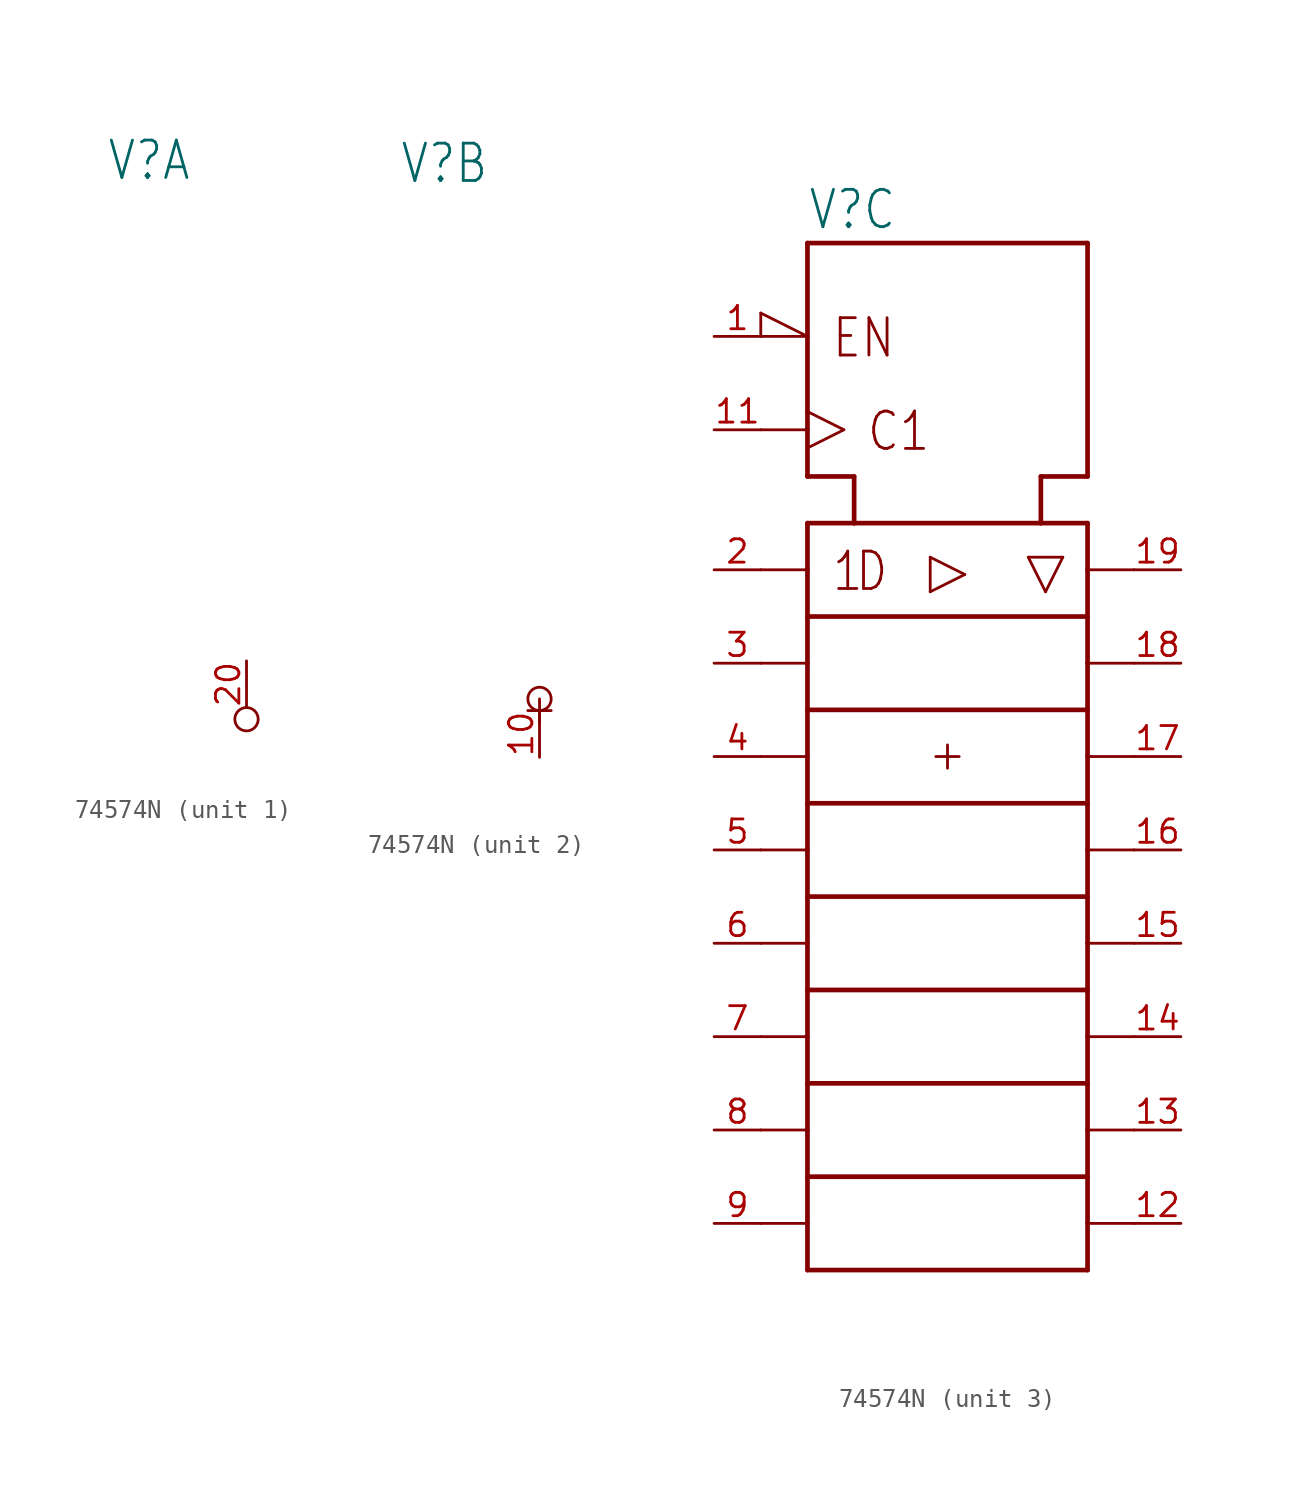
<source format=kicad_sym>
(kicad_symbol_lib
  (version 20231120)
  (generator "kicad_symbol_editor")
  (generator_version "8.0")
  (symbol "74574N"
    (property "Reference" "V"
      (at -7.62 28.575 0)
      (effects (font (size 2.032 1.727)) (justify left bottom)))
    (property "ki_locked" ""
      (at 0 0 0)
      (effects (font (size 1.27 1.27))))
    (symbol "74574N_1_0"
      (circle (center 0 -0.635) (radius 0.635) (stroke (width 0.152) (type solid)) (fill (type none)))
      (pin power_in line (at 0 2.54 270) (length 2.54) (name "+UB" (effects (font (size 0 0)))) (number "20" (effects (font (size 1.27 1.27))))))
    (symbol "74574N_2_0"
      (polyline (pts (xy 0 -0.635) (xy 0 0.635)) (stroke (width 0) (type solid)) (fill (type none)))
      (polyline (pts (xy 0.635 0) (xy -0.635 0)) (stroke (width 0) (type solid)) (fill (type none)))
      (circle (center 0 0.635) (radius 0.635) (stroke (width 0.152) (type solid)) (fill (type none)))
      (pin power_in line (at 0 -2.54 90) (length 2.54) (name "-UB" (effects (font (size 0 0)))) (number "10" (effects (font (size 1.27 1.27))))))
    (symbol "74574N_3_0"
      (polyline (pts (xy -10.16 -25.4) (xy -7.62 -25.4)) (stroke (width 0.152) (type solid)) (fill (type none)))
      (polyline (pts (xy -10.16 -20.32) (xy -7.62 -20.32)) (stroke (width 0.152) (type solid)) (fill (type none)))
      (polyline (pts (xy -10.16 -15.24) (xy -7.62 -15.24)) (stroke (width 0.152) (type solid)) (fill (type none)))
      (polyline (pts (xy -10.16 -10.16) (xy -7.62 -10.16)) (stroke (width 0.152) (type solid)) (fill (type none)))
      (polyline (pts (xy -10.16 -5.08) (xy -7.62 -5.08)) (stroke (width 0.152) (type solid)) (fill (type none)))
      (polyline (pts (xy -10.16 0) (xy -7.62 0)) (stroke (width 0.152) (type solid)) (fill (type none)))
      (polyline (pts (xy -10.16 5.08) (xy -7.62 5.08)) (stroke (width 0.152) (type solid)) (fill (type none)))
      (polyline (pts (xy -10.16 10.16) (xy -7.62 10.16)) (stroke (width 0.152) (type solid)) (fill (type none)))
      (polyline (pts (xy -10.16 17.78) (xy -7.62 17.78)) (stroke (width 0.152) (type solid)) (fill (type none)))
      (polyline (pts (xy -10.16 22.86) (xy -7.62 22.86)) (stroke (width 0.152) (type solid)) (fill (type none)))
      (polyline (pts (xy -10.16 24.13) (xy -10.16 22.86)) (stroke (width 0.152) (type solid)) (fill (type none)))
      (polyline (pts (xy -7.62 -27.94) (xy 7.62 -27.94)) (stroke (width 0.254) (type solid)) (fill (type none)))
      (polyline (pts (xy -7.62 -25.4) (xy -7.62 -27.94)) (stroke (width 0.254) (type solid)) (fill (type none)))
      (polyline (pts (xy -7.62 -22.86) (xy -7.62 -25.4)) (stroke (width 0.254) (type solid)) (fill (type none)))
      (polyline (pts (xy -7.62 -22.86) (xy 7.62 -22.86)) (stroke (width 0.254) (type solid)) (fill (type none)))
      (polyline (pts (xy -7.62 -20.32) (xy -7.62 -22.86)) (stroke (width 0.254) (type solid)) (fill (type none)))
      (polyline (pts (xy -7.62 -17.78) (xy -7.62 -20.32)) (stroke (width 0.254) (type solid)) (fill (type none)))
      (polyline (pts (xy -7.62 -17.78) (xy 7.62 -17.78)) (stroke (width 0.254) (type solid)) (fill (type none)))
      (polyline (pts (xy -7.62 -15.24) (xy -7.62 -17.78)) (stroke (width 0.254) (type solid)) (fill (type none)))
      (polyline (pts (xy -7.62 -12.7) (xy -7.62 -15.24)) (stroke (width 0.254) (type solid)) (fill (type none)))
      (polyline (pts (xy -7.62 -12.7) (xy 7.62 -12.7)) (stroke (width 0.254) (type solid)) (fill (type none)))
      (polyline (pts (xy -7.62 -10.16) (xy -7.62 -12.7)) (stroke (width 0.254) (type solid)) (fill (type none)))
      (polyline (pts (xy -7.62 -7.62) (xy -7.62 -10.16)) (stroke (width 0.254) (type solid)) (fill (type none)))
      (polyline (pts (xy -7.62 -7.62) (xy 7.62 -7.62)) (stroke (width 0.254) (type solid)) (fill (type none)))
      (polyline (pts (xy -7.62 -5.08) (xy -7.62 -7.62)) (stroke (width 0.254) (type solid)) (fill (type none)))
      (polyline (pts (xy -7.62 -2.54) (xy -7.62 -5.08)) (stroke (width 0.254) (type solid)) (fill (type none)))
      (polyline (pts (xy -7.62 -2.54) (xy 7.62 -2.54)) (stroke (width 0.254) (type solid)) (fill (type none)))
      (polyline (pts (xy -7.62 0) (xy -7.62 -2.54)) (stroke (width 0.254) (type solid)) (fill (type none)))
      (polyline (pts (xy -7.62 2.54) (xy -7.62 0)) (stroke (width 0.254) (type solid)) (fill (type none)))
      (polyline (pts (xy -7.62 2.54) (xy 7.62 2.54)) (stroke (width 0.254) (type solid)) (fill (type none)))
      (polyline (pts (xy -7.62 5.08) (xy -7.62 2.54)) (stroke (width 0.254) (type solid)) (fill (type none)))
      (polyline (pts (xy -7.62 7.62) (xy -7.62 5.08)) (stroke (width 0.254) (type solid)) (fill (type none)))
      (polyline (pts (xy -7.62 7.62) (xy 7.62 7.62)) (stroke (width 0.254) (type solid)) (fill (type none)))
      (polyline (pts (xy -7.62 10.16) (xy -7.62 7.62)) (stroke (width 0.254) (type solid)) (fill (type none)))
      (polyline (pts (xy -7.62 12.7) (xy -7.62 10.16)) (stroke (width 0.254) (type solid)) (fill (type none)))
      (polyline (pts (xy -7.62 17.78) (xy -7.62 15.24)) (stroke (width 0.254) (type solid)) (fill (type none)))
      (polyline (pts (xy -7.62 18.771) (xy -7.62 17.78)) (stroke (width 0.254) (type solid)) (fill (type none)))
      (polyline (pts (xy -7.62 18.771) (xy -5.639 17.78)) (stroke (width 0.152) (type solid)) (fill (type none)))
      (polyline (pts (xy -7.62 22.86) (xy -10.16 24.13)) (stroke (width 0.152) (type solid)) (fill (type none)))
      (polyline (pts (xy -7.62 22.86) (xy -7.62 18.771)) (stroke (width 0.254) (type solid)) (fill (type none)))
      (polyline (pts (xy -7.62 27.94) (xy -7.62 22.86)) (stroke (width 0.254) (type solid)) (fill (type none)))
      (polyline (pts (xy -7.62 27.94) (xy 7.62 27.94)) (stroke (width 0.254) (type solid)) (fill (type none)))
      (polyline (pts (xy -5.639 17.78) (xy -7.62 16.789)) (stroke (width 0.152) (type solid)) (fill (type none)))
      (polyline (pts (xy -5.08 12.7) (xy -7.62 12.7)) (stroke (width 0.254) (type solid)) (fill (type none)))
      (polyline (pts (xy -5.08 12.7) (xy -5.08 15.24)) (stroke (width 0.254) (type solid)) (fill (type none)))
      (polyline (pts (xy -5.08 12.7) (xy 5.08 12.7)) (stroke (width 0.254) (type solid)) (fill (type none)))
      (polyline (pts (xy -5.08 15.24) (xy -7.62 15.24)) (stroke (width 0.254) (type solid)) (fill (type none)))
      (polyline (pts (xy -0.94 8.966) (xy 0.94 9.906)) (stroke (width 0.152) (type solid)) (fill (type none)))
      (polyline (pts (xy -0.94 10.846) (xy -0.94 8.966)) (stroke (width 0.152) (type solid)) (fill (type none)))
      (polyline (pts (xy -0.635 0) (xy 0.635 0)) (stroke (width 0) (type solid)) (fill (type none)))
      (polyline (pts (xy 0 0.635) (xy 0 -0.635)) (stroke (width 0) (type solid)) (fill (type none)))
      (polyline (pts (xy 0.94 9.906) (xy -0.94 10.846)) (stroke (width 0.152) (type solid)) (fill (type none)))
      (polyline (pts (xy 4.394 10.846) (xy 6.274 10.846)) (stroke (width 0.152) (type solid)) (fill (type none)))
      (polyline (pts (xy 5.08 12.7) (xy 5.08 15.24)) (stroke (width 0.254) (type solid)) (fill (type none)))
      (polyline (pts (xy 5.08 12.7) (xy 7.62 12.7)) (stroke (width 0.254) (type solid)) (fill (type none)))
      (polyline (pts (xy 5.334 8.966) (xy 4.394 10.846)) (stroke (width 0.152) (type solid)) (fill (type none)))
      (polyline (pts (xy 6.274 10.846) (xy 5.334 8.966)) (stroke (width 0.152) (type solid)) (fill (type none)))
      (polyline (pts (xy 7.62 -25.4) (xy 7.62 -27.94)) (stroke (width 0.254) (type solid)) (fill (type none)))
      (polyline (pts (xy 7.62 -25.4) (xy 10.16 -25.4)) (stroke (width 0.152) (type solid)) (fill (type none)))
      (polyline (pts (xy 7.62 -22.86) (xy 7.62 -25.4)) (stroke (width 0.254) (type solid)) (fill (type none)))
      (polyline (pts (xy 7.62 -20.32) (xy 7.62 -22.86)) (stroke (width 0.254) (type solid)) (fill (type none)))
      (polyline (pts (xy 7.62 -20.32) (xy 10.16 -20.32)) (stroke (width 0.152) (type solid)) (fill (type none)))
      (polyline (pts (xy 7.62 -17.78) (xy 7.62 -20.32)) (stroke (width 0.254) (type solid)) (fill (type none)))
      (polyline (pts (xy 7.62 -15.24) (xy 7.62 -17.78)) (stroke (width 0.254) (type solid)) (fill (type none)))
      (polyline (pts (xy 7.62 -15.24) (xy 10.16 -15.24)) (stroke (width 0.152) (type solid)) (fill (type none)))
      (polyline (pts (xy 7.62 -12.7) (xy 7.62 -15.24)) (stroke (width 0.254) (type solid)) (fill (type none)))
      (polyline (pts (xy 7.62 -10.16) (xy 7.62 -12.7)) (stroke (width 0.254) (type solid)) (fill (type none)))
      (polyline (pts (xy 7.62 -10.16) (xy 10.16 -10.16)) (stroke (width 0.152) (type solid)) (fill (type none)))
      (polyline (pts (xy 7.62 -7.62) (xy 7.62 -10.16)) (stroke (width 0.254) (type solid)) (fill (type none)))
      (polyline (pts (xy 7.62 -5.08) (xy 7.62 -7.62)) (stroke (width 0.254) (type solid)) (fill (type none)))
      (polyline (pts (xy 7.62 -5.08) (xy 10.16 -5.08)) (stroke (width 0.152) (type solid)) (fill (type none)))
      (polyline (pts (xy 7.62 -2.54) (xy 7.62 -5.08)) (stroke (width 0.254) (type solid)) (fill (type none)))
      (polyline (pts (xy 7.62 0) (xy 7.62 -2.54)) (stroke (width 0.254) (type solid)) (fill (type none)))
      (polyline (pts (xy 7.62 0) (xy 10.16 0)) (stroke (width 0.152) (type solid)) (fill (type none)))
      (polyline (pts (xy 7.62 2.54) (xy 7.62 0)) (stroke (width 0.254) (type solid)) (fill (type none)))
      (polyline (pts (xy 7.62 5.08) (xy 7.62 2.54)) (stroke (width 0.254) (type solid)) (fill (type none)))
      (polyline (pts (xy 7.62 5.08) (xy 10.16 5.08)) (stroke (width 0.152) (type solid)) (fill (type none)))
      (polyline (pts (xy 7.62 7.62) (xy 7.62 5.08)) (stroke (width 0.254) (type solid)) (fill (type none)))
      (polyline (pts (xy 7.62 10.16) (xy 7.62 7.62)) (stroke (width 0.254) (type solid)) (fill (type none)))
      (polyline (pts (xy 7.62 10.16) (xy 10.16 10.16)) (stroke (width 0.152) (type solid)) (fill (type none)))
      (polyline (pts (xy 7.62 12.7) (xy 7.62 10.16)) (stroke (width 0.254) (type solid)) (fill (type none)))
      (polyline (pts (xy 7.62 15.24) (xy 5.08 15.24)) (stroke (width 0.254) (type solid)) (fill (type none)))
      (polyline (pts (xy 7.62 27.94) (xy 7.62 15.24)) (stroke (width 0.254) (type solid)) (fill (type none)))
      (text "1" (at -6.35 8.89 0) (effects (font (size 2.032 1.727)) (justify left bottom)))
      (text "C1" (at -4.445 16.51 0) (effects (font (size 2.032 1.727)) (justify left bottom)))
      (text "D" (at -5.08 8.89 0) (effects (font (size 2.032 1.727)) (justify left bottom)))
      (text "EN" (at -6.35 21.59 0) (effects (font (size 2.032 1.727)) (justify left bottom)))
      (pin input line (at -12.7 22.86 0) (length 2.54) (name "~{OC}" (effects (font (size 0 0)))) (number "1" (effects (font (size 1.27 1.27)))))
      (pin input line (at -12.7 17.78 0) (length 2.54) (name "CLK" (effects (font (size 0 0)))) (number "11" (effects (font (size 1.27 1.27)))))
      (pin tri_state line (at 12.7 -25.4 180) (length 2.54) (name "8Q" (effects (font (size 0 0)))) (number "12" (effects (font (size 1.27 1.27)))))
      (pin tri_state line (at 12.7 -20.32 180) (length 2.54) (name "7Q" (effects (font (size 0 0)))) (number "13" (effects (font (size 1.27 1.27)))))
      (pin tri_state line (at 12.7 -15.24 180) (length 2.54) (name "6Q" (effects (font (size 0 0)))) (number "14" (effects (font (size 1.27 1.27)))))
      (pin tri_state line (at 12.7 -10.16 180) (length 2.54) (name "5Q" (effects (font (size 0 0)))) (number "15" (effects (font (size 1.27 1.27)))))
      (pin tri_state line (at 12.7 -5.08 180) (length 2.54) (name "4Q" (effects (font (size 0 0)))) (number "16" (effects (font (size 1.27 1.27)))))
      (pin tri_state line (at 12.7 0 180) (length 2.54) (name "3Q" (effects (font (size 0 0)))) (number "17" (effects (font (size 1.27 1.27)))))
      (pin tri_state line (at 12.7 5.08 180) (length 2.54) (name "2Q" (effects (font (size 0 0)))) (number "18" (effects (font (size 1.27 1.27)))))
      (pin tri_state line (at 12.7 10.16 180) (length 2.54) (name "1Q" (effects (font (size 0 0)))) (number "19" (effects (font (size 1.27 1.27)))))
      (pin input line (at -12.7 10.16 0) (length 2.54) (name "1D" (effects (font (size 0 0)))) (number "2" (effects (font (size 1.27 1.27)))))
      (pin input line (at -12.7 5.08 0) (length 2.54) (name "2D" (effects (font (size 0 0)))) (number "3" (effects (font (size 1.27 1.27)))))
      (pin input line (at -12.7 0 0) (length 2.54) (name "3D" (effects (font (size 0 0)))) (number "4" (effects (font (size 1.27 1.27)))))
      (pin input line (at -12.7 -5.08 0) (length 2.54) (name "4D" (effects (font (size 0 0)))) (number "5" (effects (font (size 1.27 1.27)))))
      (pin input line (at -12.7 -10.16 0) (length 2.54) (name "5D" (effects (font (size 0 0)))) (number "6" (effects (font (size 1.27 1.27)))))
      (pin input line (at -12.7 -15.24 0) (length 2.54) (name "6D" (effects (font (size 0 0)))) (number "7" (effects (font (size 1.27 1.27)))))
      (pin input line (at -12.7 -20.32 0) (length 2.54) (name "7D" (effects (font (size 0 0)))) (number "8" (effects (font (size 1.27 1.27)))))
      (pin input line (at -12.7 -25.4 0) (length 2.54) (name "8D" (effects (font (size 0 0)))) (number "9" (effects (font (size 1.27 1.27))))))))
</source>
